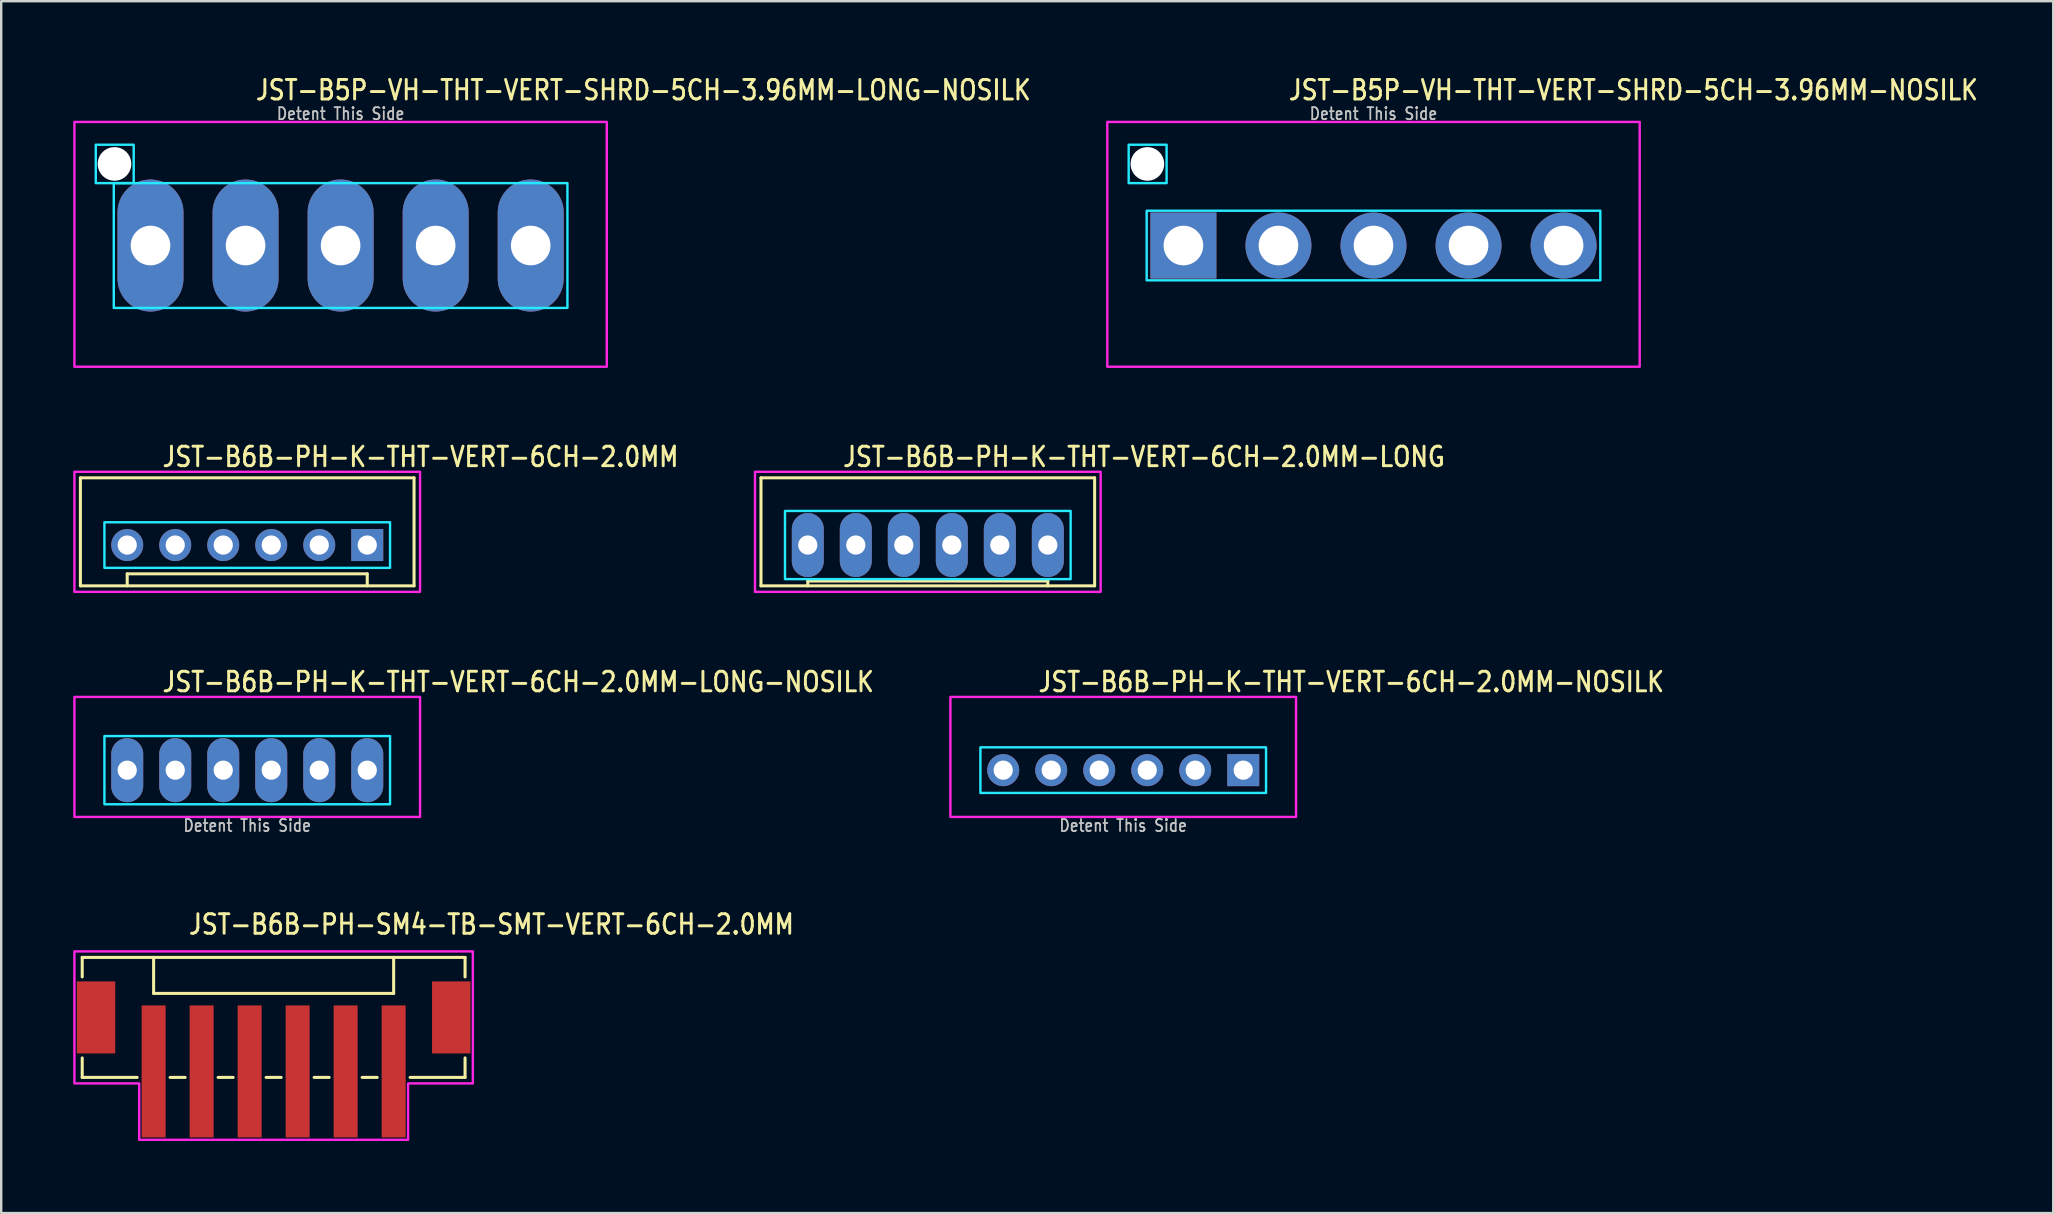
<source format=kicad_pcb>
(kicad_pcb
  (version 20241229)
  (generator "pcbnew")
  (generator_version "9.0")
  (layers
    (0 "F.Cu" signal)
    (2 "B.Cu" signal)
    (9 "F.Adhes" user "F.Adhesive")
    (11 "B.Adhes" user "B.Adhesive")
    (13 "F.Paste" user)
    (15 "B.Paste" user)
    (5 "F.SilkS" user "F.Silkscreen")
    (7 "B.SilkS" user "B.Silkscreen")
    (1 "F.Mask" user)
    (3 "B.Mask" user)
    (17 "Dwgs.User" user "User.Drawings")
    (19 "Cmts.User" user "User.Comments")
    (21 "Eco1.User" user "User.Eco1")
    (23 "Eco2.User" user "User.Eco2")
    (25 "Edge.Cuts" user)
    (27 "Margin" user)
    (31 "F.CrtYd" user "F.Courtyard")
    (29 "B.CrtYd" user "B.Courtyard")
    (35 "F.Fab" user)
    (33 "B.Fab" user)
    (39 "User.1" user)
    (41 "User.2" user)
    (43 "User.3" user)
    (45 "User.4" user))
  (footprint "JST-B6B-PH-SM4-TB-SMT-VERT-6CH-2.0MM"
    (layer "F.Cu")
    (at 8.35 39.337)
    (property "Reference" "JST-B6B-PH-SM4-TB-SMT-VERT-6CH-2.0MM" (at -3.6 -3.4 0) (unlocked yes) (layer "F.SilkS") (effects (font (size 0.813 0.695) (thickness 0.122)) (justify left bottom)))
    (fp_line (start -7.975 -2.5) (end -7.975 -1.687) (stroke (width 0.127) (type solid)) (layer "F.SilkS"))
    (fp_line (start -7.975 -2.5) (end 7.975 -2.5) (stroke (width 0.127) (type solid)) (layer "F.SilkS"))
    (fp_line (start -7.975 2.5) (end -7.975 1.687) (stroke (width 0.127) (type solid)) (layer "F.SilkS"))
    (fp_line (start -7.975 2.5) (end -5.686 2.5) (stroke (width 0.127) (type solid)) (layer "F.SilkS"))
    (fp_line (start -5 -2.5) (end -5 -1) (stroke (width 0.127) (type solid)) (layer "F.SilkS"))
    (fp_line (start -5 -1) (end 5 -1) (stroke (width 0.127) (type solid)) (layer "F.SilkS"))
    (fp_line (start -4.314 2.5) (end -3.687 2.5) (stroke (width 0.127) (type solid)) (layer "F.SilkS"))
    (fp_line (start -2.313 2.5) (end -1.687 2.5) (stroke (width 0.127) (type solid)) (layer "F.SilkS"))
    (fp_line (start -0.314 2.5) (end 0.314 2.5) (stroke (width 0.127) (type solid)) (layer "F.SilkS"))
    (fp_line (start 1.687 2.5) (end 2.313 2.5) (stroke (width 0.127) (type solid)) (layer "F.SilkS"))
    (fp_line (start 3.687 2.5) (end 4.314 2.5) (stroke (width 0.127) (type solid)) (layer "F.SilkS"))
    (fp_line (start 5 -1) (end 5 -2.5) (stroke (width 0.127) (type solid)) (layer "F.SilkS"))
    (fp_line (start 5.686 2.5) (end 7.975 2.5) (stroke (width 0.127) (type solid)) (layer "F.SilkS"))
    (fp_line (start 7.975 -1.687) (end 7.975 -2.5) (stroke (width 0.127) (type solid)) (layer "F.SilkS"))
    (fp_line (start 7.975 1.687) (end 7.975 2.5) (stroke (width 0.127) (type solid)) (layer "F.SilkS"))
    (fp_poly (pts (xy -8.3 -2.75) (xy -8.3 2.75) (xy -5.6 2.75) (xy -5.6 5.1) (xy 5.6 5.1) (xy 5.6 2.75) (xy 8.3 2.75) (xy 8.3 -2.75)) (stroke (width 0.1) (type solid)) (fill no) (layer "F.CrtYd"))
    (pad "1" smd rect (at -5 2.25) (size 1 5.5) (layers "F.Cu" "F.Mask" "F.Paste"))
    (pad "2" smd rect (at -3 2.25) (size 1 5.5) (layers "F.Cu" "F.Mask" "F.Paste"))
    (pad "3" smd rect (at -1 2.25) (size 1 5.5) (layers "F.Cu" "F.Mask" "F.Paste"))
    (pad "4" smd rect (at 1 2.25) (size 1 5.5) (layers "F.Cu" "F.Mask" "F.Paste"))
    (pad "5" smd rect (at 3 2.25) (size 1 5.5) (layers "F.Cu" "F.Mask" "F.Paste"))
    (pad "6" smd rect (at 5 2.25) (size 1 5.5) (layers "F.Cu" "F.Mask" "F.Paste"))
    (pad "S_1" smd rect (at -7.4 0) (size 1.6 3) (layers "F.Cu" "F.Mask" "F.Paste"))
    (pad "S_2" smd rect (at 7.4 0) (size 1.6 3) (layers "F.Cu" "F.Mask" "F.Paste")))
  (footprint "JST-B6B-PH-K-THT-VERT-6CH-2.0MM-NOSILK"
    (layer "F.Cu")
    (at 43.745 29.036)
    (property "Reference" "JST-B6B-PH-K-THT-VERT-6CH-2.0MM-NOSILK" (at -3.6 -3.2 0) (unlocked yes) (layer "F.SilkS") (effects (font (size 0.813 0.695) (thickness 0.122)) (justify left bottom)))
    (fp_poly (pts (xy -5.95 -0.95) (xy -5.95 0.95) (xy 5.95 0.95) (xy 5.95 -0.95)) (stroke (width 0.1) (type solid)) (fill no) (layer "B.CrtYd"))
    (fp_poly (pts (xy -7.2 1.95) (xy -7.2 -3.05) (xy 7.2 -3.05) (xy 7.2 1.95)) (stroke (width 0.1) (type solid)) (fill no) (layer "F.CrtYd"))
    (fp_text user "Detent This Side" (at 0 2.6 0) (unlocked yes) (layer "Dwgs.User") (effects (font (size 0.5 0.427) (thickness 0.075)) (justify bottom)))
    (pad "1" thru_hole rect (at 5 0) (size 1.333 1.333) (drill 0.8) (layers "*.Cu" "*.Mask"))
    (pad "2" thru_hole oval (at 3 0) (size 1.333 1.333) (drill 0.8) (layers "*.Cu" "*.Mask"))
    (pad "3" thru_hole oval (at 1 0) (size 1.333 1.333) (drill 0.8) (layers "*.Cu" "*.Mask"))
    (pad "4" thru_hole oval (at -1 0) (size 1.333 1.333) (drill 0.8) (layers "*.Cu" "*.Mask"))
    (pad "5" thru_hole oval (at -3 0) (size 1.333 1.333) (drill 0.8) (layers "*.Cu" "*.Mask"))
    (pad "6" thru_hole oval (at -5 0) (size 1.333 1.333) (drill 0.8) (layers "*.Cu" "*.Mask")))
  (footprint "JST-B6B-PH-K-THT-VERT-6CH-2.0MM-LONG"
    (layer "F.Cu")
    (at 35.604 19.657)
    (property "Reference" "JST-B6B-PH-K-THT-VERT-6CH-2.0MM-LONG" (at -3.6 -3.2 0) (unlocked yes) (layer "F.SilkS") (effects (font (size 0.813 0.695) (thickness 0.122)) (justify left bottom)))
    (fp_line (start -6.95 -2.8) (end -6.95 1.7) (stroke (width 0.127) (type solid)) (layer "F.SilkS"))
    (fp_line (start -6.95 -2.8) (end 6.95 -2.8) (stroke (width 0.127) (type solid)) (layer "F.SilkS"))
    (fp_line (start -6.95 1.7) (end 6.95 1.7) (stroke (width 0.127) (type solid)) (layer "F.SilkS"))
    (fp_line (start -5 1.7) (end -5 1.5) (stroke (width 0.127) (type solid)) (layer "F.SilkS"))
    (fp_line (start 5 1.5) (end -5 1.5) (stroke (width 0.127) (type solid)) (layer "F.SilkS"))
    (fp_line (start 5 1.7) (end 5 1.5) (stroke (width 0.127) (type solid)) (layer "F.SilkS"))
    (fp_line (start 6.95 1.7) (end 6.95 -2.8) (stroke (width 0.127) (type solid)) (layer "F.SilkS"))
    (fp_poly (pts (xy -5.95 -1.42) (xy -5.95 1.42) (xy 5.95 1.42) (xy 5.95 -1.42)) (stroke (width 0.1) (type solid)) (fill no) (layer "B.CrtYd"))
    (fp_poly (pts (xy -7.2 1.95) (xy -7.2 -3.05) (xy 7.2 -3.05) (xy 7.2 1.95)) (stroke (width 0.1) (type solid)) (fill no) (layer "F.CrtYd"))
    (pad "1" thru_hole oval (at 5 0 90) (size 2.667 1.333) (drill 0.8) (layers "*.Cu" "*.Mask"))
    (pad "2" thru_hole oval (at 3 0 90) (size 2.667 1.333) (drill 0.8) (layers "*.Cu" "*.Mask"))
    (pad "3" thru_hole oval (at 1 0 90) (size 2.667 1.333) (drill 0.8) (layers "*.Cu" "*.Mask"))
    (pad "4" thru_hole oval (at -1 0 90) (size 2.667 1.333) (drill 0.8) (layers "*.Cu" "*.Mask"))
    (pad "5" thru_hole oval (at -3 0 90) (size 2.667 1.333) (drill 0.8) (layers "*.Cu" "*.Mask"))
    (pad "6" thru_hole oval (at -5 0 90) (size 2.667 1.333) (drill 0.8) (layers "*.Cu" "*.Mask")))
  (footprint "JST-B5P-VH-THT-VERT-SHRD-5CH-3.96MM-NOSILK"
    (layer "F.Cu")
    (at 54.172 7.179)
    (property "Reference" "JST-B5P-VH-THT-VERT-SHRD-5CH-3.96MM-NOSILK" (at -3.6 -6 0) (unlocked yes) (layer "F.SilkS") (effects (font (size 0.813 0.695) (thickness 0.122)) (justify left bottom)))
    (fp_poly (pts (xy -9.45 -1.45) (xy -9.45 1.45) (xy 9.45 1.45) (xy 9.45 -1.45)) (stroke (width 0.1) (type solid)) (fill no) (layer "B.CrtYd"))
    (fp_poly (pts (xy -8.62 -4.2) (xy -8.62 -2.6) (xy -10.2 -2.6) (xy -10.2 -4.2)) (stroke (width 0.1) (type solid)) (fill no) (layer "B.CrtYd"))
    (fp_poly (pts (xy -11.09 -5.15) (xy -11.09 5.05) (xy 11.09 5.05) (xy 11.09 -5.15)) (stroke (width 0.1) (type solid)) (fill no) (layer "F.CrtYd"))
    (fp_text user "Detent This Side" (at 0 -5.2 0) (unlocked yes) (layer "Dwgs.User") (effects (font (size 0.5 0.427) (thickness 0.075)) (justify bottom)))
    (pad "" np_thru_hole circle (at -9.42 -3.4) (size 1.4 1.4) (drill 1.4) (layers "*.Cu" "*.Mask"))
    (pad "1" thru_hole rect (at -7.92 0) (size 2.75 2.75) (drill 1.65) (layers "*.Cu" "*.Mask"))
    (pad "2" thru_hole oval (at -3.96 0) (size 2.75 2.75) (drill 1.65) (layers "*.Cu" "*.Mask"))
    (pad "3" thru_hole oval (at 0 0) (size 2.75 2.75) (drill 1.65) (layers "*.Cu" "*.Mask"))
    (pad "4" thru_hole oval (at 3.96 0) (size 2.75 2.75) (drill 1.65) (layers "*.Cu" "*.Mask"))
    (pad "5" thru_hole oval (at 7.92 0) (size 2.75 2.75) (drill 1.65) (layers "*.Cu" "*.Mask")))
  (footprint "JST-B6B-PH-K-THT-VERT-6CH-2.0MM-LONG-NOSILK"
    (layer "F.Cu")
    (at 7.25 29.036)
    (property "Reference" "JST-B6B-PH-K-THT-VERT-6CH-2.0MM-LONG-NOSILK" (at -3.6 -3.2 0) (unlocked yes) (layer "F.SilkS") (effects (font (size 0.813 0.695) (thickness 0.122)) (justify left bottom)))
    (fp_poly (pts (xy -5.95 -1.42) (xy -5.95 1.42) (xy 5.95 1.42) (xy 5.95 -1.42)) (stroke (width 0.1) (type solid)) (fill no) (layer "B.CrtYd"))
    (fp_poly (pts (xy -7.2 1.95) (xy -7.2 -3.05) (xy 7.2 -3.05) (xy 7.2 1.95)) (stroke (width 0.1) (type solid)) (fill no) (layer "F.CrtYd"))
    (fp_text user "Detent This Side" (at 0 2.6 0) (unlocked yes) (layer "Dwgs.User") (effects (font (size 0.5 0.427) (thickness 0.075)) (justify bottom)))
    (pad "1" thru_hole oval (at 5 0 90) (size 2.667 1.333) (drill 0.8) (layers "*.Cu" "*.Mask"))
    (pad "2" thru_hole oval (at 3 0 90) (size 2.667 1.333) (drill 0.8) (layers "*.Cu" "*.Mask"))
    (pad "3" thru_hole oval (at 1 0 90) (size 2.667 1.333) (drill 0.8) (layers "*.Cu" "*.Mask"))
    (pad "4" thru_hole oval (at -1 0 90) (size 2.667 1.333) (drill 0.8) (layers "*.Cu" "*.Mask"))
    (pad "5" thru_hole oval (at -3 0 90) (size 2.667 1.333) (drill 0.8) (layers "*.Cu" "*.Mask"))
    (pad "6" thru_hole oval (at -5 0 90) (size 2.667 1.333) (drill 0.8) (layers "*.Cu" "*.Mask")))
  (footprint "JST-B5P-VH-THT-VERT-SHRD-5CH-3.96MM-LONG-NOSILK"
    (layer "F.Cu")
    (at 11.14 7.179)
    (property "Reference" "JST-B5P-VH-THT-VERT-SHRD-5CH-3.96MM-LONG-NOSILK" (at -3.6 -6 0) (unlocked yes) (layer "F.SilkS") (effects (font (size 0.813 0.695) (thickness 0.122)) (justify left bottom)))
    (fp_poly (pts (xy -9.45 -2.6) (xy -9.45 2.6) (xy 9.45 2.6) (xy 9.45 -2.6)) (stroke (width 0.1) (type solid)) (fill no) (layer "B.CrtYd"))
    (fp_poly (pts (xy -8.62 -4.2) (xy -8.62 -2.6) (xy -10.2 -2.6) (xy -10.2 -4.2)) (stroke (width 0.1) (type solid)) (fill no) (layer "B.CrtYd"))
    (fp_poly (pts (xy -11.09 -5.15) (xy -11.09 5.05) (xy 11.09 5.05) (xy 11.09 -5.15)) (stroke (width 0.1) (type solid)) (fill no) (layer "F.CrtYd"))
    (fp_text user "Detent This Side" (at 0 -5.2 0) (unlocked yes) (layer "Dwgs.User") (effects (font (size 0.5 0.427) (thickness 0.075)) (justify bottom)))
    (pad "" np_thru_hole circle (at -9.42 -3.4) (size 1.4 1.4) (drill 1.4) (layers "*.Cu" "*.Mask"))
    (pad "1" thru_hole oval (at -7.92 0 90) (size 5.5 2.75) (drill 1.65) (layers "*.Cu" "*.Mask"))
    (pad "2" thru_hole oval (at -3.96 0 90) (size 5.5 2.75) (drill 1.65) (layers "*.Cu" "*.Mask"))
    (pad "3" thru_hole oval (at 0 0 90) (size 5.5 2.75) (drill 1.65) (layers "*.Cu" "*.Mask"))
    (pad "4" thru_hole oval (at 3.96 0 90) (size 5.5 2.75) (drill 1.65) (layers "*.Cu" "*.Mask"))
    (pad "5" thru_hole oval (at 7.92 0 90) (size 5.5 2.75) (drill 1.65) (layers "*.Cu" "*.Mask")))
  (footprint "JST-B6B-PH-K-THT-VERT-6CH-2.0MM"
    (layer "F.Cu")
    (at 7.25 19.657)
    (property "Reference" "JST-B6B-PH-K-THT-VERT-6CH-2.0MM" (at -3.6 -3.2 0) (unlocked yes) (layer "F.SilkS") (effects (font (size 0.813 0.695) (thickness 0.122)) (justify left bottom)))
    (fp_line (start -6.95 -2.8) (end -6.95 1.7) (stroke (width 0.127) (type solid)) (layer "F.SilkS"))
    (fp_line (start -6.95 -2.8) (end 6.95 -2.8) (stroke (width 0.127) (type solid)) (layer "F.SilkS"))
    (fp_line (start -6.95 1.7) (end 6.95 1.7) (stroke (width 0.127) (type solid)) (layer "F.SilkS"))
    (fp_line (start -5 1.7) (end -5 1.2) (stroke (width 0.127) (type solid)) (layer "F.SilkS"))
    (fp_line (start 5 1.2) (end -5 1.2) (stroke (width 0.127) (type solid)) (layer "F.SilkS"))
    (fp_line (start 5 1.7) (end 5 1.2) (stroke (width 0.127) (type solid)) (layer "F.SilkS"))
    (fp_line (start 6.95 1.7) (end 6.95 -2.8) (stroke (width 0.127) (type solid)) (layer "F.SilkS"))
    (fp_poly (pts (xy -5.95 -0.95) (xy -5.95 0.95) (xy 5.95 0.95) (xy 5.95 -0.95)) (stroke (width 0.1) (type solid)) (fill no) (layer "B.CrtYd"))
    (fp_poly (pts (xy -7.2 1.95) (xy -7.2 -3.05) (xy 7.2 -3.05) (xy 7.2 1.95)) (stroke (width 0.1) (type solid)) (fill no) (layer "F.CrtYd"))
    (pad "1" thru_hole rect (at 5 0) (size 1.333 1.333) (drill 0.8) (layers "*.Cu" "*.Mask"))
    (pad "2" thru_hole oval (at 3 0) (size 1.333 1.333) (drill 0.8) (layers "*.Cu" "*.Mask"))
    (pad "3" thru_hole oval (at 1 0) (size 1.333 1.333) (drill 0.8) (layers "*.Cu" "*.Mask"))
    (pad "4" thru_hole oval (at -1 0) (size 1.333 1.333) (drill 0.8) (layers "*.Cu" "*.Mask"))
    (pad "5" thru_hole oval (at -3 0) (size 1.333 1.333) (drill 0.8) (layers "*.Cu" "*.Mask"))
    (pad "6" thru_hole oval (at -5 0) (size 1.333 1.333) (drill 0.8) (layers "*.Cu" "*.Mask")))
  (gr_rect
    (start -3 -3)
    (end 82.49 47.487)
    (stroke (width 0.1) (type default))
    (fill no)
    (layer "Edge.Cuts")))
</source>
